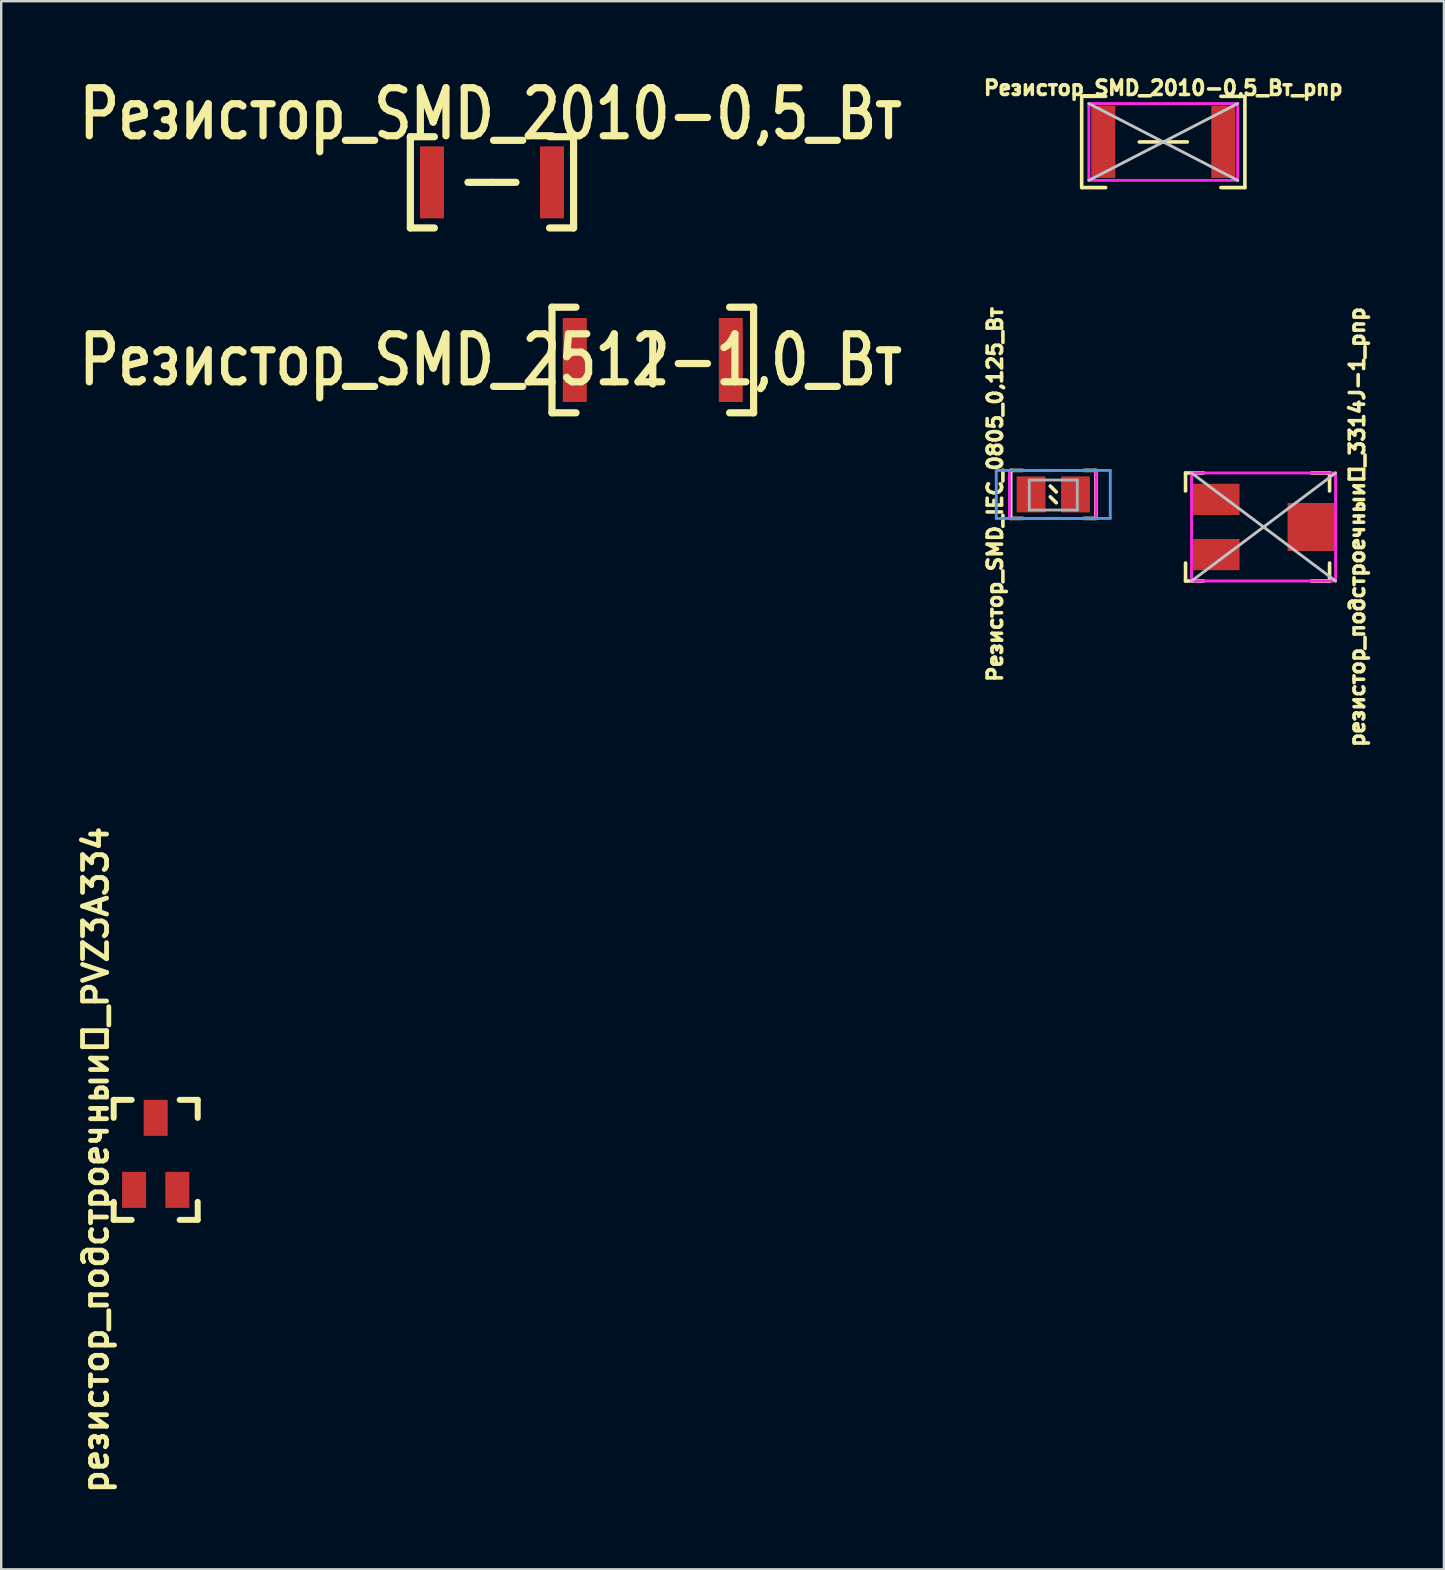
<source format=kicad_pcb>
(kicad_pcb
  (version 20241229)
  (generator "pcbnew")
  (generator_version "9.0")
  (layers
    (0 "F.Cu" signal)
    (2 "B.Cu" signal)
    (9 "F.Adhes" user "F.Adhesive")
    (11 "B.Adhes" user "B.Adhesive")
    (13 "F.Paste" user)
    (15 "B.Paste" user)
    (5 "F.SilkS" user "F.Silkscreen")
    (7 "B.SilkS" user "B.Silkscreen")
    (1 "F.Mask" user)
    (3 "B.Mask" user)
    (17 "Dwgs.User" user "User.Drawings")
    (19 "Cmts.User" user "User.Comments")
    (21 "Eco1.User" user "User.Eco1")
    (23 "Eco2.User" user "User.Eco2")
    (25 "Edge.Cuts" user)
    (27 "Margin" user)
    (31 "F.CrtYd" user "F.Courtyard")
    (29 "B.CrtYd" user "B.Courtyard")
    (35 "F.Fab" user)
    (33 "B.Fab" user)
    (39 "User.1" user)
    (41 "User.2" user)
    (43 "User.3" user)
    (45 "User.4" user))
  (footprint "Резистор_SMD_IEC_0805_0,125_Вт"
    (layer "F.Cu")
    (at 39.904 17.547)
    (property "Reference" "Резистор_SMD_IEC_0805_0,125_Вт" (at -1.5 0 270) (layer "F.SilkS") (effects (font (size 0.6 0.6) (thickness 0.15))))
    (attr smd)
    (fp_line (start -0.85 -1) (end -0.35 -1) (stroke (width 0.15) (type solid)) (layer "F.SilkS"))
    (fp_line (start -0.85 1) (end -0.85 -1) (stroke (width 0.15) (type solid)) (layer "F.SilkS"))
    (fp_line (start -0.85 1) (end -0.35 1) (stroke (width 0.15) (type solid)) (layer "F.SilkS"))
    (fp_line (start 0.8 -0.35) (end 1.05 -0.1) (stroke (width 0.15) (type solid)) (layer "F.SilkS"))
    (fp_line (start 0.8 0.1) (end 1.05 0.35) (stroke (width 0.15) (type solid)) (layer "F.SilkS"))
    (fp_line (start 2.7 -1) (end 2.2 -1) (stroke (width 0.15) (type solid)) (layer "F.SilkS"))
    (fp_line (start 2.7 -1) (end 2.7 1) (stroke (width 0.15) (type solid)) (layer "F.SilkS"))
    (fp_line (start 2.7 1) (end 2.2 1) (stroke (width 0.15) (type solid)) (layer "F.SilkS"))
    (fp_line (start -1.45 -1) (end 3.3 -1) (stroke (width 0.12) (type solid)) (layer "Cmts.User"))
    (fp_line (start -1.45 1) (end -1.45 -1) (stroke (width 0.12) (type solid)) (layer "Cmts.User"))
    (fp_line (start 3.3 -1) (end 3.3 1) (stroke (width 0.12) (type solid)) (layer "Cmts.User"))
    (fp_line (start 3.3 1) (end -1.45 1) (stroke (width 0.12) (type solid)) (layer "Cmts.User"))
    (fp_line (start -0.9 -1) (end -0.9 1) (stroke (width 0.12) (type solid)) (layer "F.CrtYd"))
    (fp_line (start -0.9 1) (end 2.7 1) (stroke (width 0.12) (type solid)) (layer "F.CrtYd"))
    (fp_line (start 2.7 -1) (end -0.9 -1) (stroke (width 0.12) (type solid)) (layer "F.CrtYd"))
    (fp_line (start 2.7 1) (end 2.7 -1) (stroke (width 0.12) (type solid)) (layer "F.CrtYd"))
    (fp_line (start -0.075 -0.6) (end -0.075 0.65) (stroke (width 0.12) (type solid)) (layer "F.Fab"))
    (fp_line (start -0.075 0.65) (end 1.925 0.65) (stroke (width 0.12) (type solid)) (layer "F.Fab"))
    (fp_line (start 1.925 -0.6) (end -0.075 -0.6) (stroke (width 0.12) (type solid)) (layer "F.Fab"))
    (fp_line (start 1.925 0.65) (end 1.925 -0.6) (stroke (width 0.12) (type solid)) (layer "F.Fab"))
    (pad "1" smd rect (at 0 0) (size 1.2 1.5) (layers "F.Cu" "F.Mask" "F.Paste"))
    (pad "2" smd rect (at 1.85 0) (size 1.2 1.5) (layers "F.Cu" "F.Mask" "F.Paste")))
  (footprint "Резистор_SMD_2512-1,0_Вт"
    (layer "F.Cu")
    (at 20.895 11.947)
    (property "Reference" "Резистор_SMD_2512-1,0_Вт" (at -3.5 0 0) (layer "F.SilkS") (effects (font (size 2 1.6) (thickness 0.3))))
    (attr through_hole)
    (fp_line (start -0.95 -2.2) (end 0.05 -2.2) (stroke (width 0.3) (type solid)) (layer "F.SilkS"))
    (fp_line (start -0.95 2.2) (end -0.95 -2.2) (stroke (width 0.3) (type solid)) (layer "F.SilkS"))
    (fp_line (start -0.95 2.2) (end 0.05 2.2) (stroke (width 0.3) (type solid)) (layer "F.SilkS"))
    (fp_line (start 3.25 0) (end 3.25 -1) (stroke (width 0.3) (type solid)) (layer "F.SilkS"))
    (fp_line (start 3.25 0) (end 3.25 1) (stroke (width 0.3) (type solid)) (layer "F.SilkS"))
    (fp_line (start 7.45 -2.2) (end 6.45 -2.2) (stroke (width 0.3) (type solid)) (layer "F.SilkS"))
    (fp_line (start 7.45 -2.2) (end 7.45 2.2) (stroke (width 0.3) (type solid)) (layer "F.SilkS"))
    (fp_line (start 7.45 2.2) (end 6.45 2.2) (stroke (width 0.3) (type solid)) (layer "F.SilkS"))
    (pad "1" smd rect (at 0 0) (size 1 3.5) (layers "F.Cu" "F.Mask" "F.Paste"))
    (pad "2" smd rect (at 6.5 0) (size 1 3.5) (layers "F.Cu" "F.Mask" "F.Paste")))
  (footprint "резистор_подстроечный_PVZ3A334"
    (layer "F.Cu")
    (at 3.436 45.019)
    (property "Reference" "резистор_подстроечный_PVZ3A334" (at -2.5 0.25 270) (layer "F.SilkS") (effects (font (size 1 1) (thickness 0.2))))
    (attr through_hole)
    (fp_line (start -1.75 -2.25) (end -1.75 -1.5) (stroke (width 0.25) (type solid)) (layer "F.SilkS"))
    (fp_line (start -1.75 -2.25) (end -1 -2.25) (stroke (width 0.25) (type solid)) (layer "F.SilkS"))
    (fp_line (start -1.75 2.75) (end -1.75 2) (stroke (width 0.25) (type solid)) (layer "F.SilkS"))
    (fp_line (start -1.75 2.75) (end -1 2.75) (stroke (width 0.25) (type solid)) (layer "F.SilkS"))
    (fp_line (start 1.75 -2.25) (end 1 -2.25) (stroke (width 0.25) (type solid)) (layer "F.SilkS"))
    (fp_line (start 1.75 -1.5) (end 1.75 -2.25) (stroke (width 0.25) (type solid)) (layer "F.SilkS"))
    (fp_line (start 1.75 2.75) (end 1 2.75) (stroke (width 0.25) (type solid)) (layer "F.SilkS"))
    (fp_line (start 1.75 2.75) (end 1.75 2) (stroke (width 0.25) (type solid)) (layer "F.SilkS"))
    (pad "1" smd rect (at -0.9 1.5) (size 1 1.5) (layers "F.Cu" "F.Mask" "F.Paste"))
    (pad "2" smd rect (at 0 -1.5) (size 1 1.5) (layers "F.Cu" "F.Mask" "F.Paste"))
    (pad "3" smd rect (at 0.9 1.5) (size 1 1.5) (layers "F.Cu" "F.Mask" "F.Paste")))
  (footprint "резистор_подстроечный_3314J-1_pnp"
    (layer "F.Cu")
    (at 49.589 18.904)
    (property "Reference" "резистор_подстроечный_3314J-1_pnp" (at 3.9 0 270) (layer "F.SilkS") (effects (font (size 0.6 0.6) (thickness 0.15))))
    (attr smd)
    (fp_line (start -3.25 -2.25) (end -3.25 -1.5) (stroke (width 0.15) (type solid)) (layer "F.SilkS"))
    (fp_line (start -3.25 -2.25) (end -2.5 -2.25) (stroke (width 0.15) (type solid)) (layer "F.SilkS"))
    (fp_line (start -3.25 2.25) (end -3.25 1.5) (stroke (width 0.15) (type solid)) (layer "F.SilkS"))
    (fp_line (start -3.25 2.25) (end -2.5 2.25) (stroke (width 0.15) (type solid)) (layer "F.SilkS"))
    (fp_line (start 2 2.25) (end 2.75 2.25) (stroke (width 0.15) (type solid)) (layer "F.SilkS"))
    (fp_line (start 2.75 -2.25) (end 2 -2.25) (stroke (width 0.15) (type solid)) (layer "F.SilkS"))
    (fp_line (start 2.75 -2.25) (end 2.75 -1.5) (stroke (width 0.15) (type solid)) (layer "F.SilkS"))
    (fp_line (start 2.75 2.25) (end 2.75 1.5) (stroke (width 0.15) (type solid)) (layer "F.SilkS"))
    (fp_line (start 3 -2.25) (end -3 2.25) (stroke (width 0.12) (type solid)) (layer "Dwgs.User"))
    (fp_line (start 3 2.25) (end -3 -2.25) (stroke (width 0.12) (type solid)) (layer "Dwgs.User"))
    (fp_line (start -3 -2.25) (end 3 -2.25) (stroke (width 0.12) (type solid)) (layer "F.CrtYd"))
    (fp_line (start -3 2.25) (end -3 -2.25) (stroke (width 0.12) (type solid)) (layer "F.CrtYd"))
    (fp_line (start 3 -2.25) (end 3 2.25) (stroke (width 0.12) (type solid)) (layer "F.CrtYd"))
    (fp_line (start 3 2.25) (end -3 2.25) (stroke (width 0.12) (type solid)) (layer "F.CrtYd"))
    (pad "1" smd rect (at -2 -1.15 270) (size 1.3 2) (layers "F.Cu" "F.Mask" "F.Paste"))
    (pad "2" smd rect (at 2 0 270) (size 2 2) (layers "F.Cu" "F.Mask" "F.Paste"))
    (pad "3" smd rect (at -2 1.15 270) (size 1.3 2) (layers "F.Cu" "F.Mask" "F.Paste")))
  (footprint "Резистор_SMD_2010-0,5_Вт_pnp"
    (layer "F.Cu")
    (at 45.412 2.864)
    (property "Reference" "Резистор_SMD_2010-0,5_Вт_pnp" (at 0 -2.25 0) (layer "F.SilkS") (effects (font (size 0.6 0.6) (thickness 0.15))))
    (attr smd)
    (fp_line (start -3.4 -1.9) (end -3.4 1.9) (stroke (width 0.15) (type solid)) (layer "F.SilkS"))
    (fp_line (start -3.4 -1.9) (end -2.4 -1.9) (stroke (width 0.15) (type solid)) (layer "F.SilkS"))
    (fp_line (start -3.4 1.9) (end -2.4 1.9) (stroke (width 0.15) (type solid)) (layer "F.SilkS"))
    (fp_line (start 0 0) (end -1 0) (stroke (width 0.15) (type solid)) (layer "F.SilkS"))
    (fp_line (start 0 0) (end 1 0) (stroke (width 0.15) (type solid)) (layer "F.SilkS"))
    (fp_line (start 3.4 -1.9) (end 2.4 -1.9) (stroke (width 0.15) (type solid)) (layer "F.SilkS"))
    (fp_line (start 3.4 1.9) (end 2.4 1.9) (stroke (width 0.15) (type solid)) (layer "F.SilkS"))
    (fp_line (start 3.4 1.9) (end 3.4 -1.9) (stroke (width 0.15) (type solid)) (layer "F.SilkS"))
    (fp_line (start -3.1 -1.6) (end 3.1 1.6) (stroke (width 0.12) (type solid)) (layer "Dwgs.User"))
    (fp_line (start 3.1 -1.6) (end -3.1 1.6) (stroke (width 0.12) (type solid)) (layer "Dwgs.User"))
    (fp_line (start -3.1 -1.6) (end 3.1 -1.6) (stroke (width 0.12) (type solid)) (layer "F.CrtYd"))
    (fp_line (start -3.1 1.6) (end -3.1 -1.6) (stroke (width 0.12) (type solid)) (layer "F.CrtYd"))
    (fp_line (start 3.1 -1.6) (end 3.1 1.6) (stroke (width 0.12) (type solid)) (layer "F.CrtYd"))
    (fp_line (start 3.1 1.6) (end -3.1 1.6) (stroke (width 0.12) (type solid)) (layer "F.CrtYd"))
    (pad "1" smd rect (at -2.5 0) (size 1 3) (layers "F.Cu" "F.Mask" "F.Paste"))
    (pad "2" smd rect (at 2.5 0) (size 1 3) (layers "F.Cu" "F.Mask" "F.Paste")))
  (footprint "Резистор_SMD_2010-0,5_Вт"
    (layer "F.Cu")
    (at 14.945 4.546)
    (property "Reference" "Резистор_SMD_2010-0,5_Вт" (at 2.45 -2.85 0) (layer "F.SilkS") (effects (font (size 2 1.6) (thickness 0.3))))
    (attr through_hole)
    (fp_line (start -0.9 -1.9) (end -0.9 1.9) (stroke (width 0.3) (type solid)) (layer "F.SilkS"))
    (fp_line (start -0.9 -1.9) (end 0.1 -1.9) (stroke (width 0.3) (type solid)) (layer "F.SilkS"))
    (fp_line (start -0.9 1.9) (end 0.1 1.9) (stroke (width 0.3) (type solid)) (layer "F.SilkS"))
    (fp_line (start 2.5 0) (end 1.5 0) (stroke (width 0.3) (type solid)) (layer "F.SilkS"))
    (fp_line (start 2.5 0) (end 3.5 0) (stroke (width 0.3) (type solid)) (layer "F.SilkS"))
    (fp_line (start 5.9 -1.9) (end 4.9 -1.9) (stroke (width 0.3) (type solid)) (layer "F.SilkS"))
    (fp_line (start 5.9 1.9) (end 4.9 1.9) (stroke (width 0.3) (type solid)) (layer "F.SilkS"))
    (fp_line (start 5.9 1.9) (end 5.9 -1.9) (stroke (width 0.3) (type solid)) (layer "F.SilkS"))
    (pad "1" smd rect (at 0 0) (size 1 3) (layers "F.Cu" "F.Mask" "F.Paste"))
    (pad "2" smd rect (at 5 0) (size 1 3) (layers "F.Cu" "F.Mask" "F.Paste")))
  (gr_rect
    (start -3 -3)
    (end 57.103 62.327)
    (stroke (width 0.1) (type default))
    (fill no)
    (layer "Edge.Cuts")))
</source>
